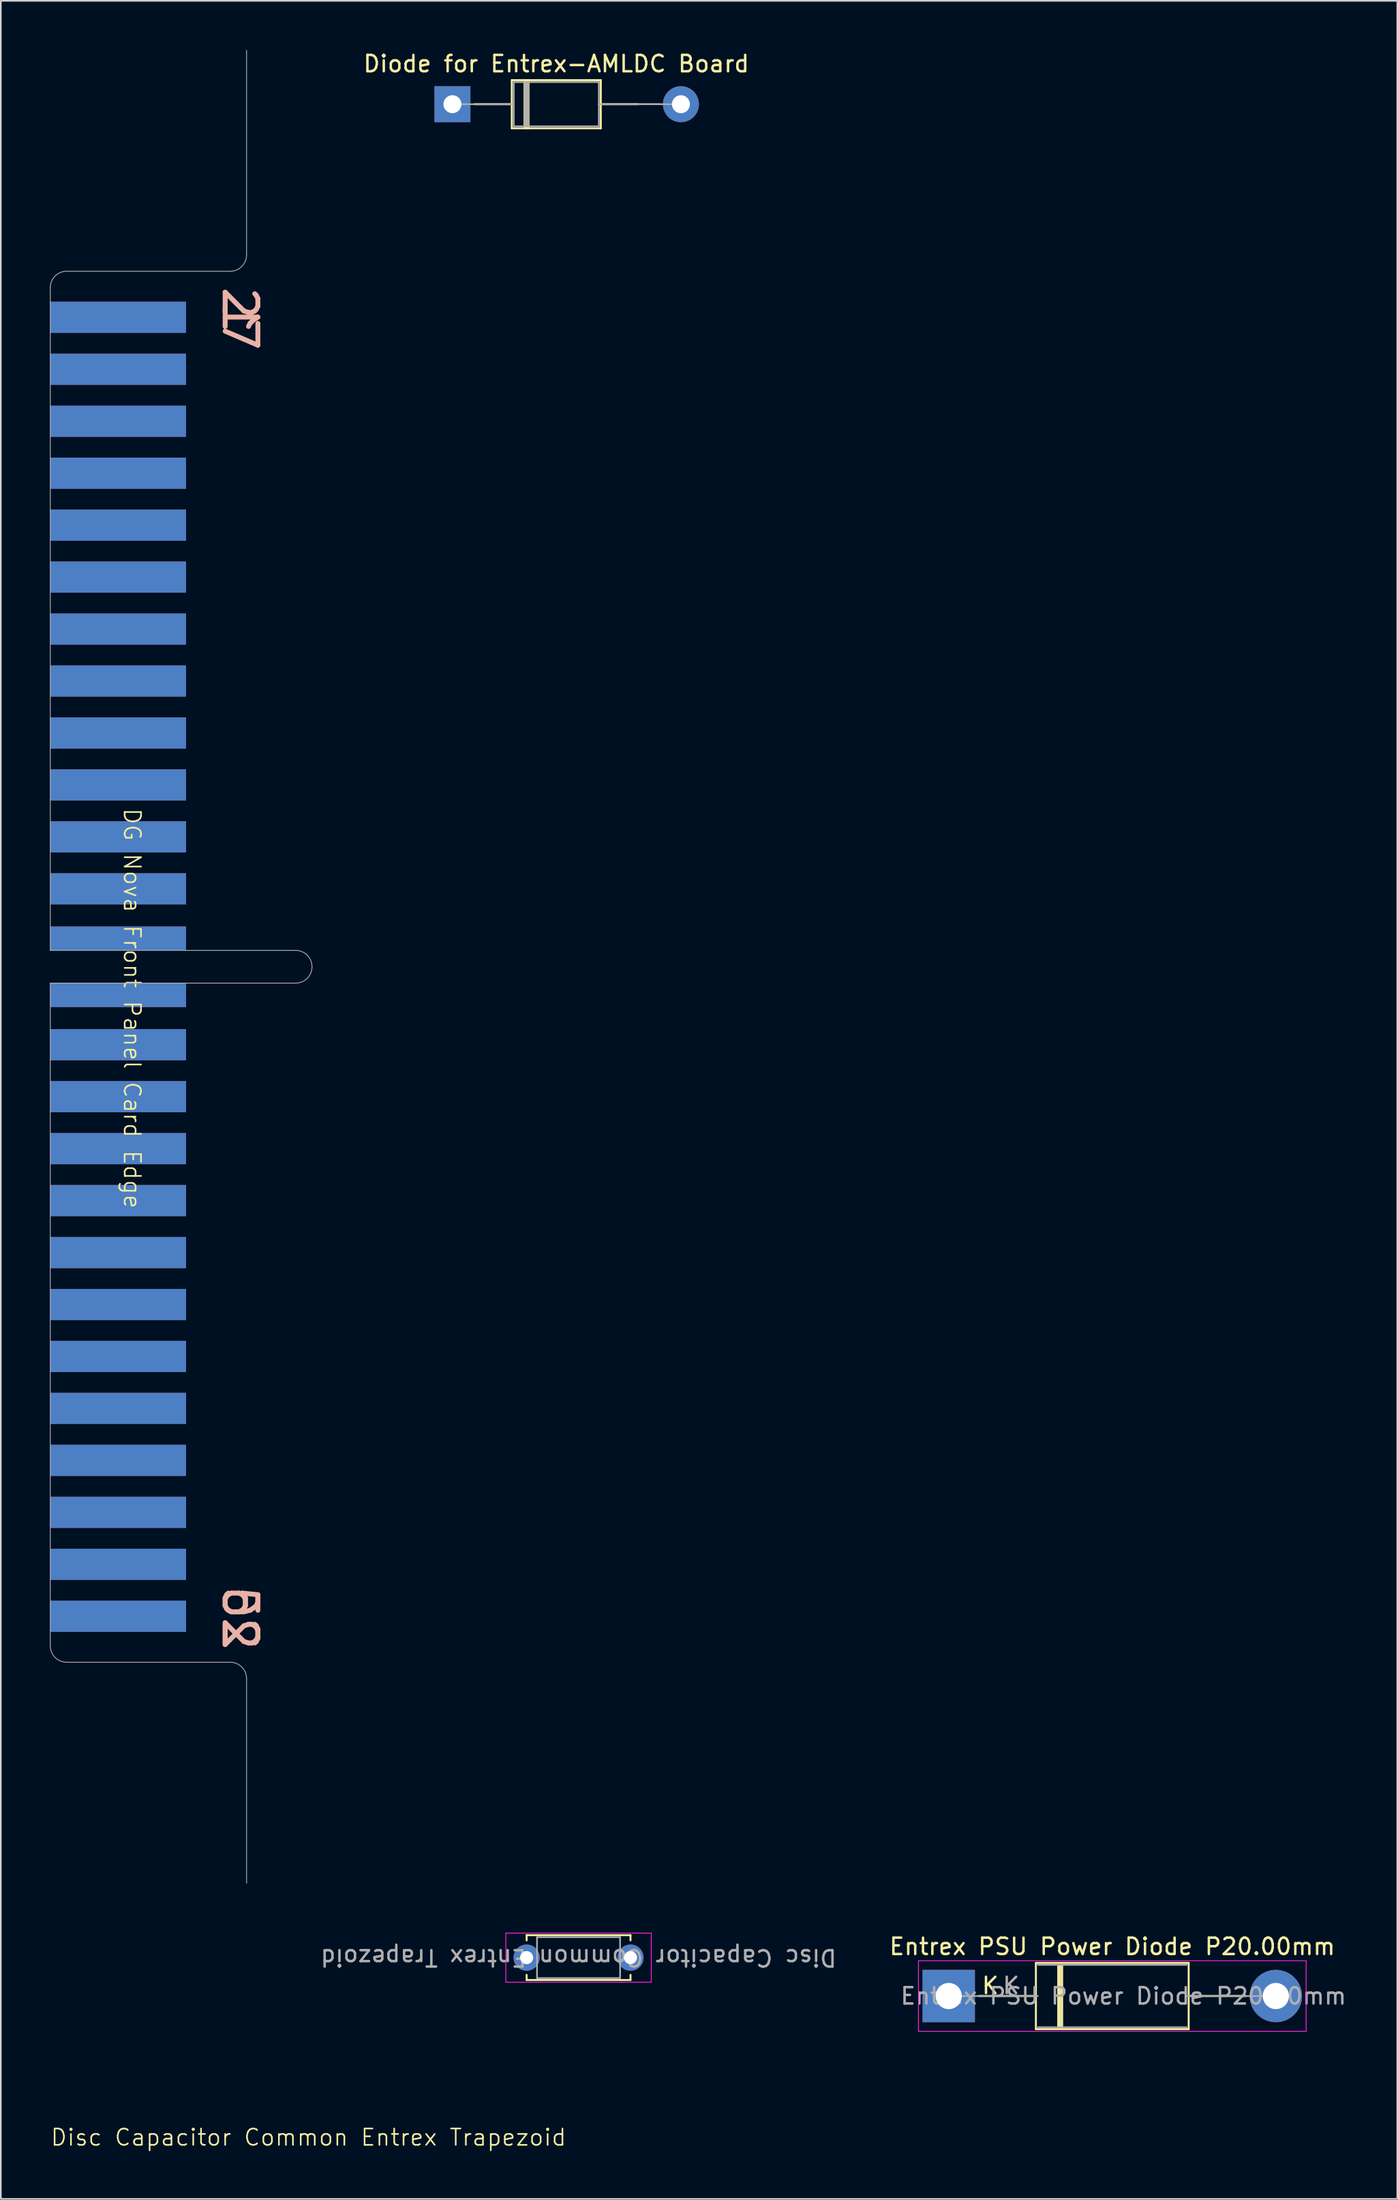
<source format=kicad_pcb>
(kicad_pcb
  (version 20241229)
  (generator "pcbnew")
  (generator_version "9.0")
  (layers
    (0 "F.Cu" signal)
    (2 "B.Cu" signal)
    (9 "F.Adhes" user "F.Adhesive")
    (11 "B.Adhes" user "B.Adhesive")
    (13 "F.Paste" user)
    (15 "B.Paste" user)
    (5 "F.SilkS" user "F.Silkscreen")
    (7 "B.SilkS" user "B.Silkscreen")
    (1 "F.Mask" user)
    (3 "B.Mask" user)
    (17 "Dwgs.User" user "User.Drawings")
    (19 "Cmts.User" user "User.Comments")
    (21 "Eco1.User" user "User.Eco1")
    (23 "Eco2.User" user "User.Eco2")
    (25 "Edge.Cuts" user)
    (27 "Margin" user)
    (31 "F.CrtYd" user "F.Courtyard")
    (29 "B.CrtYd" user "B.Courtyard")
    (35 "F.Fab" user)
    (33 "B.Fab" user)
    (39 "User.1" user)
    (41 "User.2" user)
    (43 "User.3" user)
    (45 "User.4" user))
  (footprint "Entrex PSU Power Diode P20.00mm"
    (layer "F.Cu")
    (at 54.953 118.923)
    (property "Reference" "Entrex PSU Power Diode P20.00mm" (at 10 -3.025 0) (layer "F.SilkS") (effects (font (size 1 1) (thickness 0.15))))
    (attr through_hole)
    (fp_line (start 1.84 0) (end 5.33 0) (stroke (width 0.12) (type solid)) (layer "F.SilkS"))
    (fp_line (start 5.33 -2.025) (end 5.33 2.025) (stroke (width 0.12) (type solid)) (layer "F.SilkS"))
    (fp_line (start 5.33 2.025) (end 14.67 2.025) (stroke (width 0.12) (type solid)) (layer "F.SilkS"))
    (fp_line (start 6.695 -1.905) (end 6.695 1.905) (stroke (width 0.12) (type solid)) (layer "F.SilkS"))
    (fp_line (start 6.815 -1.905) (end 6.815 1.905) (stroke (width 0.12) (type solid)) (layer "F.SilkS"))
    (fp_line (start 6.935 -1.905) (end 6.935 1.905) (stroke (width 0.12) (type solid)) (layer "F.SilkS"))
    (fp_line (start 14.67 -2.025) (end 5.33 -2.025) (stroke (width 0.12) (type solid)) (layer "F.SilkS"))
    (fp_line (start 14.67 2.025) (end 14.67 -2.025) (stroke (width 0.12) (type solid)) (layer "F.SilkS"))
    (fp_line (start 18.16 0) (end 14.67 0) (stroke (width 0.12) (type solid)) (layer "F.SilkS"))
    (fp_line (start -1.85 -2.155) (end -1.85 2.155) (stroke (width 0.05) (type solid)) (layer "F.CrtYd"))
    (fp_line (start -1.85 2.155) (end 21.85 2.155) (stroke (width 0.05) (type solid)) (layer "F.CrtYd"))
    (fp_line (start 21.85 -2.155) (end -1.85 -2.155) (stroke (width 0.05) (type solid)) (layer "F.CrtYd"))
    (fp_line (start 21.85 2.155) (end 21.85 -2.155) (stroke (width 0.05) (type solid)) (layer "F.CrtYd"))
    (fp_line (start 0 0) (end 5.45 0) (stroke (width 0.1) (type solid)) (layer "F.Fab"))
    (fp_line (start 5.45 1.905) (end 14.55 1.905) (stroke (width 0.1) (type solid)) (layer "F.Fab"))
    (fp_line (start 14.55 -1.905) (end 5.45 -1.905) (stroke (width 0.1) (type solid)) (layer "F.Fab"))
    (fp_line (start 20 0) (end 14.55 0) (stroke (width 0.1) (type solid)) (layer "F.Fab"))
    (fp_text user "K" (at 2.54 -0.635 0) (layer "F.SilkS") (effects (font (size 1 1) (thickness 0.15))))
    (fp_text user "${REFERENCE}" (at 10.682 0 0) (layer "F.Fab") (effects (font (size 1 1) (thickness 0.15))))
    (fp_text user "K" (at 3.81 -0.635 0) (layer "F.Fab") (effects (font (size 1 1) (thickness 0.15))))
    (pad "1" thru_hole rect (at 0 0) (size 3.2 3.2) (drill 1.6) (layers "*.Cu" "*.Mask"))
    (pad "2" thru_hole oval (at 20 0) (size 3.2 3.2) (drill 1.6) (layers "*.Cu" "*.Mask")))
  (footprint "Disc Capacitor Common Entrex Trapezoid"
    (layer "F.Cu")
    (at 31.687 116.36)
    (property "Reference" "Disc Capacitor Common Entrex Trapezoid" (at -15.875 11.2 0) (unlocked yes) (layer "F.SilkS") (effects (font (size 1 1) (thickness 0.1))))
    (attr through_hole)
    (fp_line (start -2.54 -1.155) (end -2.54 -0.84) (stroke (width 0.12) (type solid)) (layer "F.SilkS"))
    (fp_line (start -2.54 -1.155) (end 3.81 -1.155) (stroke (width 0.12) (type solid)) (layer "F.SilkS"))
    (fp_line (start -2.54 1.27) (end -2.54 1.585) (stroke (width 0.12) (type solid)) (layer "F.SilkS"))
    (fp_line (start -2.54 1.585) (end 3.81 1.585) (stroke (width 0.12) (type solid)) (layer "F.SilkS"))
    (fp_line (start 3.81 -1.155) (end 3.81 -0.84) (stroke (width 0.12) (type solid)) (layer "F.SilkS"))
    (fp_line (start 3.81 1.27) (end 3.81 1.585) (stroke (width 0.12) (type solid)) (layer "F.SilkS"))
    (fp_line (start -3.81 -1.285) (end -3.81 1.715) (stroke (width 0.05) (type solid)) (layer "F.CrtYd"))
    (fp_line (start -3.81 1.715) (end 5.08 1.715) (stroke (width 0.05) (type solid)) (layer "F.CrtYd"))
    (fp_line (start 5.08 -1.285) (end -3.81 -1.285) (stroke (width 0.05) (type solid)) (layer "F.CrtYd"))
    (fp_line (start 5.08 1.715) (end 5.08 -1.285) (stroke (width 0.05) (type solid)) (layer "F.CrtYd"))
    (fp_line (start -1.905 -1.035) (end -1.905 1.465) (stroke (width 0.1) (type solid)) (layer "F.Fab"))
    (fp_line (start -1.905 1.465) (end 3.175 1.465) (stroke (width 0.1) (type solid)) (layer "F.Fab"))
    (fp_line (start 3.175 -1.035) (end -1.905 -1.035) (stroke (width 0.1) (type solid)) (layer "F.Fab"))
    (fp_line (start 3.175 1.465) (end 3.175 -1.035) (stroke (width 0.1) (type solid)) (layer "F.Fab"))
    (fp_text user "${REFERENCE}" (at 0.635 0.215 180) (unlocked yes) (layer "F.Fab") (effects (font (size 1 1) (thickness 0.15))))
    (pad "1" thru_hole circle (at -2.54 0.215) (size 1.6 1.6) (drill 0.8) (layers "*.Cu" "*.Mask"))
    (pad "2" thru_hole circle (at 3.81 0.215) (size 1.6 1.6) (drill 0.8) (layers "*.Cu" "*.Mask")))
  (footprint "DG Nova Front Panel Card Edge"
    (layer "F.Cu")
    (at 2.445 55.82)
    (property "Reference" "DG Nova Front Panel Card Edge" (at 2.585 2.75 270) (unlocked yes) (layer "F.SilkS") (effects (font (size 1 1) (thickness 0.1))))
    (attr through_hole)
    (fp_line (start -2.42 -41.295) (end -2.42 -0.795) (stroke (width 0.05) (type solid)) (layer "F.Fab"))
    (fp_line (start -2.42 -0.795) (end 12.58 -0.795) (stroke (width 0.05) (type solid)) (layer "F.Fab"))
    (fp_line (start -2.42 1.205) (end 12.58 1.205) (stroke (width 0.05) (type solid)) (layer "F.Fab"))
    (fp_line (start -2.42 41.705) (end -2.42 1.205) (stroke (width 0.05) (type solid)) (layer "F.Fab"))
    (fp_line (start -1.42 -42.295) (end 8.58 -42.295) (stroke (width 0.05) (type solid)) (layer "F.Fab"))
    (fp_line (start -1.42 42.705) (end 8.58 42.705) (stroke (width 0.05) (type solid)) (layer "F.Fab"))
    (fp_line (start 9.58 -43.295) (end 9.58 -55.795) (stroke (width 0.05) (type solid)) (layer "F.Fab"))
    (fp_line (start 9.58 43.705) (end 9.58 56.205) (stroke (width 0.05) (type solid)) (layer "F.Fab"))
    (fp_arc (start -2.42 -41.295) (mid -2.127102 -42.002101) (end -1.42 -42.295) (stroke (width 0.05) (type solid)) (layer "F.Fab"))
    (fp_arc (start -1.42 42.705) (mid -2.127108 42.412109) (end -2.42 41.705) (stroke (width 0.05) (type solid)) (layer "F.Fab"))
    (fp_arc (start 8.58 42.705) (mid 9.287106 42.997893) (end 9.58 43.705) (stroke (width 0.05) (type solid)) (layer "F.Fab"))
    (fp_arc (start 9.58 -43.295) (mid 9.287112 -42.587888) (end 8.58 -42.295) (stroke (width 0.05) (type solid)) (layer "F.Fab"))
    (fp_arc (start 12.58 -0.795) (mid 13.58 0.205) (end 12.58 1.205) (stroke (width 0.05) (type solid)) (layer "F.Fab"))
    (fp_text user "1" (at 9.18 -39.495 270) (unlocked yes) (layer "B.SilkS") (effects (font (size 2 2) (thickness 0.3)) (justify mirror)))
    (fp_text user "27" (at 9.18 -39.395 270) (unlocked yes) (layer "B.SilkS") (effects (font (size 2 2) (thickness 0.3))))
    (fp_text user "52" (at 9.18 40.005 270) (unlocked yes) (layer "B.SilkS") (effects (font (size 2 2) (thickness 0.3))))
    (fp_text user "26" (at 9.18 40.005 270) (unlocked yes) (layer "B.SilkS") (effects (font (size 2 2) (thickness 0.3)) (justify mirror)))
    (pad "1" smd rect (at 1.73 -39.48 270) (size 1.905 8.3) (layers "B.Cu" "B.Mask" "B.Paste"))
    (pad "2" smd rect (at 1.73 -36.305 270) (size 1.905 8.3) (layers "B.Cu" "B.Mask" "B.Paste"))
    (pad "3" smd rect (at 1.73 -33.13 270) (size 1.905 8.3) (layers "B.Cu" "B.Mask" "B.Paste"))
    (pad "4" smd rect (at 1.73 -29.955 270) (size 1.905 8.3) (layers "B.Cu" "B.Mask" "B.Paste"))
    (pad "5" smd rect (at 1.73 -26.78 270) (size 1.905 8.3) (layers "B.Cu" "B.Mask" "B.Paste"))
    (pad "6" smd rect (at 1.73 -23.605 270) (size 1.905 8.3) (layers "B.Cu" "B.Mask" "B.Paste"))
    (pad "7" smd rect (at 1.73 -20.43 270) (size 1.905 8.3) (layers "B.Cu" "B.Mask" "B.Paste"))
    (pad "8" smd rect (at 1.73 -17.255 270) (size 1.905 8.3) (layers "B.Cu" "B.Mask" "B.Paste"))
    (pad "9" smd rect (at 1.73 -14.08 270) (size 1.905 8.3) (layers "B.Cu" "B.Mask" "B.Paste"))
    (pad "10" smd rect (at 1.73 -10.905 270) (size 1.905 8.3) (layers "B.Cu" "B.Mask" "B.Paste"))
    (pad "11" smd rect (at 1.73 -7.73 270) (size 1.905 8.3) (layers "B.Cu" "B.Mask" "B.Paste"))
    (pad "12" smd rect (at 1.73 -4.555 270) (size 1.905 8.3) (layers "B.Cu" "B.Mask" "B.Paste"))
    (pad "13" smd rect (at 1.73 -1.53 270) (size 1.45 8.3) (layers "B.Cu" "B.Mask" "B.Paste"))
    (pad "14" smd rect (at 1.73 1.945 270) (size 1.45 8.3) (layers "B.Cu" "B.Mask" "B.Paste"))
    (pad "15" smd rect (at 1.73 4.97 270) (size 1.905 8.3) (layers "B.Cu" "B.Mask" "B.Paste"))
    (pad "16" smd rect (at 1.73 8.145 270) (size 1.905 8.3) (layers "B.Cu" "B.Mask" "B.Paste"))
    (pad "17" smd rect (at 1.73 11.32 270) (size 1.905 8.3) (layers "B.Cu" "B.Mask" "B.Paste"))
    (pad "18" smd rect (at 1.73 14.495 270) (size 1.905 8.3) (layers "B.Cu" "B.Mask" "B.Paste"))
    (pad "19" smd rect (at 1.73 17.67 270) (size 1.905 8.3) (layers "B.Cu" "B.Mask" "B.Paste"))
    (pad "20" smd rect (at 1.73 20.845 270) (size 1.905 8.3) (layers "B.Cu" "B.Mask" "B.Paste"))
    (pad "21" smd rect (at 1.73 24.02 270) (size 1.905 8.3) (layers "B.Cu" "B.Mask" "B.Paste"))
    (pad "22" smd rect (at 1.73 27.195 270) (size 1.905 8.3) (layers "B.Cu" "B.Mask" "B.Paste"))
    (pad "23" smd rect (at 1.73 30.37 270) (size 1.905 8.3) (layers "B.Cu" "B.Mask" "B.Paste"))
    (pad "24" smd rect (at 1.73 33.545 270) (size 1.905 8.3) (layers "B.Cu" "B.Mask" "B.Paste"))
    (pad "25" smd rect (at 1.73 36.72 270) (size 1.905 8.3) (layers "B.Cu" "B.Mask" "B.Paste"))
    (pad "26" smd rect (at 1.73 39.895 270) (size 1.905 8.3) (layers "B.Cu" "B.Mask" "B.Paste"))
    (pad "27" smd rect (at 1.73 -39.48 270) (size 1.905 8.3) (layers "F.Cu" "F.Mask" "F.Paste"))
    (pad "28" smd rect (at 1.73 -36.305 270) (size 1.905 8.3) (layers "F.Cu" "F.Mask" "F.Paste"))
    (pad "29" smd rect (at 1.73 -33.13 270) (size 1.905 8.3) (layers "F.Cu" "F.Mask" "F.Paste"))
    (pad "30" smd rect (at 1.73 -29.955 270) (size 1.905 8.3) (layers "F.Cu" "F.Mask" "F.Paste"))
    (pad "31" smd rect (at 1.73 -26.78 270) (size 1.905 8.3) (layers "F.Cu" "F.Mask" "F.Paste"))
    (pad "32" smd rect (at 1.73 -23.605 270) (size 1.905 8.3) (layers "F.Cu" "F.Mask" "F.Paste"))
    (pad "33" smd rect (at 1.73 -20.43 270) (size 1.905 8.3) (layers "F.Cu" "F.Mask" "F.Paste"))
    (pad "34" smd rect (at 1.73 -17.255 270) (size 1.905 8.3) (layers "F.Cu" "F.Mask" "F.Paste"))
    (pad "35" smd rect (at 1.73 -14.08 270) (size 1.905 8.3) (layers "F.Cu" "F.Mask" "F.Paste"))
    (pad "36" smd rect (at 1.73 -10.905 270) (size 1.905 8.3) (layers "F.Cu" "F.Mask" "F.Paste"))
    (pad "37" smd rect (at 1.73 -7.73 270) (size 1.905 8.3) (layers "F.Cu" "F.Mask" "F.Paste"))
    (pad "38" smd rect (at 1.73 -4.555 270) (size 1.905 8.3) (layers "F.Cu" "F.Mask" "F.Paste"))
    (pad "39" smd rect (at 1.73 -1.53 270) (size 1.45 8.3) (layers "F.Cu" "F.Mask" "F.Paste"))
    (pad "40" smd rect (at 1.73 1.945 270) (size 1.45 8.3) (layers "F.Cu" "F.Mask" "F.Paste"))
    (pad "41" smd rect (at 1.73 4.97 270) (size 1.905 8.3) (layers "F.Cu" "F.Mask" "F.Paste"))
    (pad "42" smd rect (at 1.73 8.145 270) (size 1.905 8.3) (layers "F.Cu" "F.Mask" "F.Paste"))
    (pad "43" smd rect (at 1.73 11.32 270) (size 1.905 8.3) (layers "F.Cu" "F.Mask" "F.Paste"))
    (pad "44" smd rect (at 1.73 14.495 270) (size 1.905 8.3) (layers "F.Cu" "F.Mask" "F.Paste"))
    (pad "45" smd rect (at 1.73 17.67 270) (size 1.905 8.3) (layers "F.Cu" "F.Mask" "F.Paste"))
    (pad "46" smd rect (at 1.73 20.845 270) (size 1.905 8.3) (layers "F.Cu" "F.Mask" "F.Paste"))
    (pad "47" smd rect (at 1.73 24.02 270) (size 1.905 8.3) (layers "F.Cu" "F.Mask" "F.Paste"))
    (pad "48" smd rect (at 1.73 27.195 270) (size 1.905 8.3) (layers "F.Cu" "F.Mask" "F.Paste"))
    (pad "49" smd rect (at 1.73 30.37 270) (size 1.905 8.3) (layers "F.Cu" "F.Mask" "F.Paste"))
    (pad "50" smd rect (at 1.73 33.545 270) (size 1.905 8.3) (layers "F.Cu" "F.Mask" "F.Paste"))
    (pad "51" smd rect (at 1.73 36.72 270) (size 1.905 8.3) (layers "F.Cu" "F.Mask" "F.Paste"))
    (pad "52" smd rect (at 1.73 39.895 270) (size 1.905 8.3) (layers "F.Cu" "F.Mask" "F.Paste")))
  (footprint "Diode for Entrex-AMLDC Board"
    (layer "F.Cu")
    (at 24.611 3.318)
    (property "Reference" "Diode for Entrex-AMLDC Board" (at 6.35 -2.47 0) (layer "F.SilkS") (effects (font (size 1 1) (thickness 0.15))))
    (attr through_hole)
    (fp_line (start 1.34 0) (end 3.63 0) (stroke (width 0.12) (type solid)) (layer "F.SilkS"))
    (fp_line (start 3.63 -1.47) (end 3.63 1.47) (stroke (width 0.12) (type solid)) (layer "F.SilkS"))
    (fp_line (start 3.63 1.47) (end 9.07 1.47) (stroke (width 0.12) (type solid)) (layer "F.SilkS"))
    (fp_line (start 4.41 -1.47) (end 4.41 1.47) (stroke (width 0.12) (type solid)) (layer "F.SilkS"))
    (fp_line (start 4.53 -1.47) (end 4.53 1.47) (stroke (width 0.12) (type solid)) (layer "F.SilkS"))
    (fp_line (start 4.65 -1.47) (end 4.65 1.47) (stroke (width 0.12) (type solid)) (layer "F.SilkS"))
    (fp_line (start 9.07 -1.47) (end 3.63 -1.47) (stroke (width 0.12) (type solid)) (layer "F.SilkS"))
    (fp_line (start 9.07 1.47) (end 9.07 -1.47) (stroke (width 0.12) (type solid)) (layer "F.SilkS"))
    (fp_line (start 11.36 0) (end 9.07 0) (stroke (width 0.12) (type solid)) (layer "F.SilkS"))
    (fp_line (start 0 0) (end 3.75 0) (stroke (width 0.1) (type solid)) (layer "F.Fab"))
    (fp_line (start 3.75 -1.35) (end 3.75 1.35) (stroke (width 0.1) (type solid)) (layer "F.Fab"))
    (fp_line (start 3.75 1.35) (end 8.95 1.35) (stroke (width 0.1) (type solid)) (layer "F.Fab"))
    (fp_line (start 4.43 -1.35) (end 4.43 1.35) (stroke (width 0.1) (type solid)) (layer "F.Fab"))
    (fp_line (start 4.53 -1.35) (end 4.53 1.35) (stroke (width 0.1) (type solid)) (layer "F.Fab"))
    (fp_line (start 4.63 -1.35) (end 4.63 1.35) (stroke (width 0.1) (type solid)) (layer "F.Fab"))
    (fp_line (start 8.95 -1.35) (end 3.75 -1.35) (stroke (width 0.1) (type solid)) (layer "F.Fab"))
    (fp_line (start 8.95 1.35) (end 8.95 -1.35) (stroke (width 0.1) (type solid)) (layer "F.Fab"))
    (fp_line (start 12.7 0) (end 8.95 0) (stroke (width 0.1) (type solid)) (layer "F.Fab"))
    (fp_line (start 13.97 0) (end 10.22 0) (stroke (width 0.1) (type solid)) (layer "F.Fab"))
    (pad "1" thru_hole rect (at 0 0) (size 2.2 2.2) (drill 1.1) (layers "*.Cu" "*.Mask"))
    (pad "2" thru_hole oval (at 13.97 0) (size 2.2 2.2) (drill 1.1) (layers "*.Cu" "*.Mask")))
  (gr_rect
    (start -3 -3)
    (end 82.379 131.321)
    (stroke (width 0.1) (type default))
    (fill no)
    (layer "Edge.Cuts")))
</source>
